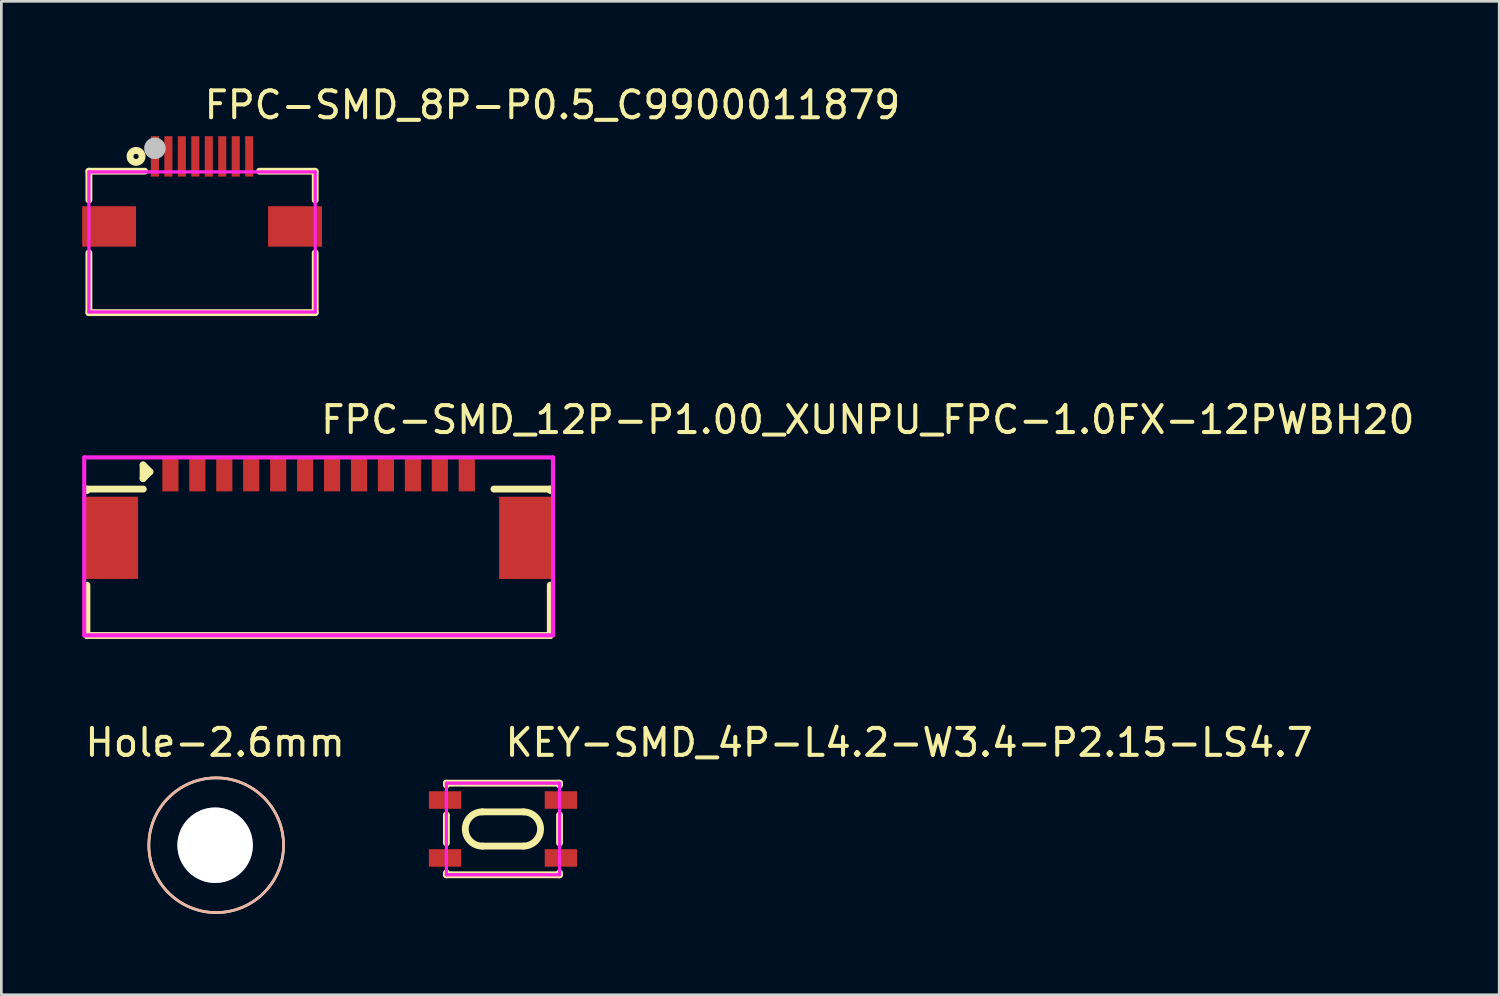
<source format=kicad_pcb>
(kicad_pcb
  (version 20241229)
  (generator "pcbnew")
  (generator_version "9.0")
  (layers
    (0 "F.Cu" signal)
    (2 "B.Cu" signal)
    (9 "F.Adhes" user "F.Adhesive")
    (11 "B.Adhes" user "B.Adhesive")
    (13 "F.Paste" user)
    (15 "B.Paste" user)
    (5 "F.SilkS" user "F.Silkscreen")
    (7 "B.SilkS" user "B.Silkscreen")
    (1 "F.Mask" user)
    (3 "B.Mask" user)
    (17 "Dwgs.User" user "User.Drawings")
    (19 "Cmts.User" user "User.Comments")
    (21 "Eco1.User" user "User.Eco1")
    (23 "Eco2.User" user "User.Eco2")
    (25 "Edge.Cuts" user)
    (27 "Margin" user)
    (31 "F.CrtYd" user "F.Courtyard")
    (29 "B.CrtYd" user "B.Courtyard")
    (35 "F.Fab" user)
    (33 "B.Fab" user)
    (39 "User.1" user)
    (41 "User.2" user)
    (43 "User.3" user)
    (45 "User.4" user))
  (footprint "FPC-SMD_8P-P0.5_C9900011879"
    (layer "F.Cu")
    (at 4.45 4.055)
    (property "Reference" "FPC-SMD_8P-P0.5_C9900011879" (at 0 -3.207 0) (layer "F.SilkS") (effects (font (size 1 1) (thickness 0.15)) (justify left)))
    (attr through_hole)
    (fp_line (start -4.2 -0.75) (end -2.131 -0.75) (stroke (width 0.254) (type solid)) (layer "F.SilkS"))
    (fp_line (start -4.2 0.319) (end -4.2 -0.75) (stroke (width 0.254) (type solid)) (layer "F.SilkS"))
    (fp_line (start -4.2 4.5) (end -4.2 2.281) (stroke (width 0.254) (type solid)) (layer "F.SilkS"))
    (fp_line (start 2.131 -0.75) (end 4.2 -0.75) (stroke (width 0.254) (type solid)) (layer "F.SilkS"))
    (fp_line (start 4.2 -0.7) (end 4.2 0.319) (stroke (width 0.254) (type solid)) (layer "F.SilkS"))
    (fp_line (start 4.2 2.281) (end 4.2 4.5) (stroke (width 0.254) (type solid)) (layer "F.SilkS"))
    (fp_line (start 4.2 4.5) (end -4.2 4.5) (stroke (width 0.254) (type solid)) (layer "F.SilkS"))
    (fp_circle (center -2.45 -1.3) (end -2.226 -1.3) (stroke (width 0.254) (type solid)) (fill no) (layer "F.SilkS"))
    (fp_circle (center -1.75 -1.6) (end -1.55 -1.6) (stroke (width 0.4) (type solid)) (fill no) (layer "Dwgs.User"))
    (fp_circle (center -4.2 -1.525) (end -4.17 -1.525) (stroke (width 0.06) (type solid)) (fill no) (layer "Eco2.User"))
    (fp_poly (pts (xy -4.2 0.725) (xy -2.8 0.725) (xy -2.8 1.825) (xy -4.2 1.825)) (stroke (width 0.12) (type solid)) (fill no) (layer "Eco2.User"))
    (fp_poly (pts (xy -1.85 -1.525) (xy -1.65 -1.525) (xy -1.65 -0.675) (xy -1.85 -0.675)) (stroke (width 0.12) (type solid)) (fill no) (layer "Eco2.User"))
    (fp_poly (pts (xy -1.35 -1.525) (xy -1.15 -1.525) (xy -1.15 -0.675) (xy -1.35 -0.675)) (stroke (width 0.12) (type solid)) (fill no) (layer "Eco2.User"))
    (fp_poly (pts (xy -0.85 -1.525) (xy -0.65 -1.525) (xy -0.65 -0.675) (xy -0.85 -0.675)) (stroke (width 0.12) (type solid)) (fill no) (layer "Eco2.User"))
    (fp_poly (pts (xy -0.35 -1.525) (xy -0.15 -1.525) (xy -0.15 -0.675) (xy -0.35 -0.675)) (stroke (width 0.12) (type solid)) (fill no) (layer "Eco2.User"))
    (fp_poly (pts (xy 0.15 -1.525) (xy 0.35 -1.525) (xy 0.35 -0.675) (xy 0.15 -0.675)) (stroke (width 0.12) (type solid)) (fill no) (layer "Eco2.User"))
    (fp_poly (pts (xy 0.65 -1.525) (xy 0.85 -1.525) (xy 0.85 -0.675) (xy 0.65 -0.675)) (stroke (width 0.12) (type solid)) (fill no) (layer "Eco2.User"))
    (fp_poly (pts (xy 1.15 -1.525) (xy 1.35 -1.525) (xy 1.35 -0.675) (xy 1.15 -0.675)) (stroke (width 0.12) (type solid)) (fill no) (layer "Eco2.User"))
    (fp_poly (pts (xy 1.65 -1.525) (xy 1.85 -1.525) (xy 1.85 -0.675) (xy 1.65 -0.675)) (stroke (width 0.12) (type solid)) (fill no) (layer "Eco2.User"))
    (fp_poly (pts (xy 2.8 0.725) (xy 4.2 0.725) (xy 4.2 1.825) (xy 2.8 1.825)) (stroke (width 0.12) (type solid)) (fill no) (layer "Eco2.User"))
    (fp_line (start -4.2 -0.725) (end 4.2 -0.725) (stroke (width 0.12) (type solid)) (layer "F.CrtYd"))
    (fp_line (start -4.2 4.475) (end -4.2 -0.725) (stroke (width 0.12) (type solid)) (layer "F.CrtYd"))
    (fp_line (start 4.2 -0.725) (end 4.2 4.475) (stroke (width 0.12) (type solid)) (layer "F.CrtYd"))
    (fp_line (start 4.2 4.475) (end -4.2 4.475) (stroke (width 0.12) (type solid)) (layer "F.CrtYd"))
    (pad "1" smd rect (at -1.75 -1.3) (size 0.3 1.5) (layers "F.Cu" "F.Mask" "F.Paste"))
    (pad "2" smd rect (at -1.25 -1.3) (size 0.3 1.5) (layers "F.Cu" "F.Mask" "F.Paste"))
    (pad "3" smd rect (at -0.75 -1.3) (size 0.3 1.5) (layers "F.Cu" "F.Mask" "F.Paste"))
    (pad "4" smd rect (at -0.25 -1.3) (size 0.3 1.5) (layers "F.Cu" "F.Mask" "F.Paste"))
    (pad "5" smd rect (at 0.25 -1.3) (size 0.3 1.5) (layers "F.Cu" "F.Mask" "F.Paste"))
    (pad "6" smd rect (at 0.75 -1.3) (size 0.3 1.5) (layers "F.Cu" "F.Mask" "F.Paste"))
    (pad "7" smd rect (at 1.25 -1.3) (size 0.3 1.5) (layers "F.Cu" "F.Mask" "F.Paste"))
    (pad "8" smd rect (at 1.75 -1.3) (size 0.3 1.5) (layers "F.Cu" "F.Mask" "F.Paste"))
    (pad "9" smd rect (at 3.45 1.3) (size 2 1.5) (layers "F.Cu" "F.Mask" "F.Paste"))
    (pad "10" smd rect (at -3.45 1.3) (size 2 1.5) (layers "F.Cu" "F.Mask" "F.Paste")))
  (footprint "FPC-SMD_12P-P1.00_XUNPU_FPC-1.0FX-12PWBH20"
    (layer "F.Cu")
    (at 8.776 15.738)
    (property "Reference" "FPC-SMD_12P-P1.00_XUNPU_FPC-1.0FX-12PWBH20" (at 0 -3.207 0) (layer "F.SilkS") (effects (font (size 1 1) (thickness 0.15)) (justify left)))
    (attr through_hole)
    (fp_line (start -8.6 -0.635) (end -8.6 -0.581) (stroke (width 0.254) (type solid)) (layer "F.SilkS"))
    (fp_line (start -8.6 -0.635) (end -6.507 -0.635) (stroke (width 0.254) (type solid)) (layer "F.SilkS"))
    (fp_line (start -8.6 2.931) (end -8.6 4.8) (stroke (width 0.254) (type solid)) (layer "F.SilkS"))
    (fp_line (start -6.515 -1.53) (end -6.261 -1.276) (stroke (width 0.254) (type solid)) (layer "F.SilkS"))
    (fp_line (start -6.515 -1.022) (end -6.515 -1.53) (stroke (width 0.254) (type solid)) (layer "F.SilkS"))
    (fp_line (start -6.261 -1.276) (end -6.515 -1.022) (stroke (width 0.254) (type solid)) (layer "F.SilkS"))
    (fp_line (start 8.6 -0.635) (end 6.507 -0.635) (stroke (width 0.254) (type solid)) (layer "F.SilkS"))
    (fp_line (start 8.6 -0.635) (end 8.6 -0.581) (stroke (width 0.254) (type solid)) (layer "F.SilkS"))
    (fp_line (start 8.6 2.931) (end 8.6 4.8) (stroke (width 0.254) (type solid)) (layer "F.SilkS"))
    (fp_line (start 8.6 4.8) (end -8.6 4.8) (stroke (width 0.254) (type solid)) (layer "F.SilkS"))
    (fp_line (start -8.7 -1.81) (end 8.699 -1.81) (stroke (width 0.152) (type solid)) (layer "F.CrtYd"))
    (fp_line (start -8.7 4.794) (end -8.7 -1.81) (stroke (width 0.152) (type solid)) (layer "F.CrtYd"))
    (fp_line (start 8.699 -1.81) (end 8.699 4.794) (stroke (width 0.152) (type solid)) (layer "F.CrtYd"))
    (fp_line (start 8.699 4.794) (end -8.7 4.794) (stroke (width 0.152) (type solid)) (layer "F.CrtYd"))
    (pad "1" smd rect (at -5.5 -1.175) (size 0.6 1.25) (layers "F.Cu" "F.Mask" "F.Paste"))
    (pad "2" smd rect (at -4.5 -1.175) (size 0.6 1.25) (layers "F.Cu" "F.Mask" "F.Paste"))
    (pad "3" smd rect (at -3.5 -1.175) (size 0.6 1.25) (layers "F.Cu" "F.Mask" "F.Paste"))
    (pad "4" smd rect (at -2.5 -1.175) (size 0.6 1.25) (layers "F.Cu" "F.Mask" "F.Paste"))
    (pad "5" smd rect (at -1.5 -1.175) (size 0.6 1.25) (layers "F.Cu" "F.Mask" "F.Paste"))
    (pad "6" smd rect (at -0.5 -1.175) (size 0.6 1.25) (layers "F.Cu" "F.Mask" "F.Paste"))
    (pad "7" smd rect (at 0.5 -1.175) (size 0.6 1.25) (layers "F.Cu" "F.Mask" "F.Paste"))
    (pad "8" smd rect (at 1.5 -1.175) (size 0.6 1.25) (layers "F.Cu" "F.Mask" "F.Paste"))
    (pad "9" smd rect (at 2.5 -1.175) (size 0.6 1.25) (layers "F.Cu" "F.Mask" "F.Paste"))
    (pad "10" smd rect (at 3.5 -1.175) (size 0.6 1.25) (layers "F.Cu" "F.Mask" "F.Paste"))
    (pad "11" smd rect (at 4.5 -1.175) (size 0.6 1.25) (layers "F.Cu" "F.Mask" "F.Paste"))
    (pad "12" smd rect (at 5.5 -1.175) (size 0.6 1.25) (layers "F.Cu" "F.Mask" "F.Paste"))
    (pad "13" smd rect (at 7.7 1.175) (size 2 3.05) (layers "F.Cu" "F.Mask" "F.Paste"))
    (pad "14" smd rect (at -7.7 1.175) (size 2 3.05) (layers "F.Cu" "F.Mask" "F.Paste")))
  (footprint "Hole-2.6mm"
    (layer "F.Cu")
    (at 4.935 28.323)
    (property "Reference" "Hole-2.6mm" (at 0 -3.81 0) (unlocked yes) (layer "F.SilkS") (effects (font (size 1 1) (thickness 0.15))))
    (attr through_hole)
    (fp_circle (center 0.04 0) (end 2.54 0) (stroke (width 0.1) (type solid)) (fill no) (layer "F.SilkS"))
    (fp_circle (center 0.04 0) (end 2.54 0) (stroke (width 0.1) (type solid)) (fill no) (layer "B.SilkS"))
    (pad "" thru_hole circle (at 0 0) (size 2.8 2.8) (drill 2.8) (layers "*.Cu" "*.Mask")))
  (footprint "KEY-SMD_4P-L4.2-W3.4-P2.15-LS4.7"
    (layer "F.Cu")
    (at 15.619 27.72)
    (property "Reference" "KEY-SMD_4P-L4.2-W3.4-P2.15-LS4.7" (at 0 -3.207 0) (layer "F.SilkS") (effects (font (size 1 1) (thickness 0.15)) (justify left)))
    (attr through_hole)
    (fp_line (start -2.1 -1.7) (end -2.1 -1.631) (stroke (width 0.254) (type solid)) (layer "F.SilkS"))
    (fp_line (start -2.1 -1.7) (end 2.1 -1.7) (stroke (width 0.254) (type solid)) (layer "F.SilkS"))
    (fp_line (start -2.1 -0.519) (end -2.1 0.519) (stroke (width 0.254) (type solid)) (layer "F.SilkS"))
    (fp_line (start -2.1 1.631) (end -2.1 1.7) (stroke (width 0.254) (type solid)) (layer "F.SilkS"))
    (fp_line (start -2.1 1.7) (end 2.1 1.7) (stroke (width 0.254) (type solid)) (layer "F.SilkS"))
    (fp_line (start -0.762 -0.635) (end 0.762 -0.635) (stroke (width 0.254) (type solid)) (layer "F.SilkS"))
    (fp_line (start -0.762 0.635) (end 0.762 0.635) (stroke (width 0.254) (type solid)) (layer "F.SilkS"))
    (fp_line (start 2.1 -1.7) (end 2.1 -1.631) (stroke (width 0.254) (type solid)) (layer "F.SilkS"))
    (fp_line (start 2.1 -0.519) (end 2.1 0.519) (stroke (width 0.254) (type solid)) (layer "F.SilkS"))
    (fp_line (start 2.1 1.631) (end 2.1 1.7) (stroke (width 0.254) (type solid)) (layer "F.SilkS"))
    (fp_arc (start -0.763 0.636) (mid -1.399 0) (end -0.763 -0.636) (stroke (width 0.254) (type solid)) (layer "F.SilkS"))
    (fp_arc (start 0.760932 -0.634) (mid 1.391012 -0.000034) (end 0.761 0.634) (stroke (width 0.254) (type solid)) (layer "F.SilkS"))
    (fp_circle (center -2.35 -1.7) (end -2.32 -1.7) (stroke (width 0.06) (type solid)) (fill no) (layer "Eco2.User"))
    (fp_poly (pts (xy -2.35 -0.8) (xy -2.35 -1.35) (xy -1.8 -1.35) (xy -1.8 -0.8)) (stroke (width 0.12) (type solid)) (fill no) (layer "Eco2.User"))
    (fp_poly (pts (xy -2.35 1.35) (xy -2.35 0.8) (xy -1.8 0.8) (xy -1.8 1.35)) (stroke (width 0.12) (type solid)) (fill no) (layer "Eco2.User"))
    (fp_poly (pts (xy 2.35 -1.35) (xy 2.35 -0.8) (xy 1.8 -0.8) (xy 1.8 -1.35)) (stroke (width 0.12) (type solid)) (fill no) (layer "Eco2.User"))
    (fp_poly (pts (xy 2.35 0.8) (xy 2.35 1.35) (xy 1.8 1.35) (xy 1.8 0.8)) (stroke (width 0.12) (type solid)) (fill no) (layer "Eco2.User"))
    (fp_line (start -2.1 -1.7) (end 2.1 -1.7) (stroke (width 0.12) (type solid)) (layer "F.CrtYd"))
    (fp_line (start -2.1 1.7) (end -2.1 -1.7) (stroke (width 0.12) (type solid)) (layer "F.CrtYd"))
    (fp_line (start 2.1 -1.7) (end 2.1 1.7) (stroke (width 0.12) (type solid)) (layer "F.CrtYd"))
    (fp_line (start 2.1 1.7) (end -2.1 1.7) (stroke (width 0.12) (type solid)) (layer "F.CrtYd"))
    (pad "1" smd rect (at -2.15 -1.075 90) (size 0.65 1.2) (layers "F.Cu" "F.Mask" "F.Paste"))
    (pad "2" smd rect (at 2.15 -1.075 90) (size 0.65 1.2) (layers "F.Cu" "F.Mask" "F.Paste"))
    (pad "3" smd rect (at -2.15 1.075 90) (size 0.65 1.2) (layers "F.Cu" "F.Mask" "F.Paste"))
    (pad "4" smd rect (at 2.15 1.075 90) (size 0.65 1.2) (layers "F.Cu" "F.Mask" "F.Paste")))
  (gr_rect
    (start -3 -3)
    (end 52.597 33.873)
    (stroke (width 0.1) (type default))
    (fill no)
    (layer "Edge.Cuts")))
</source>
